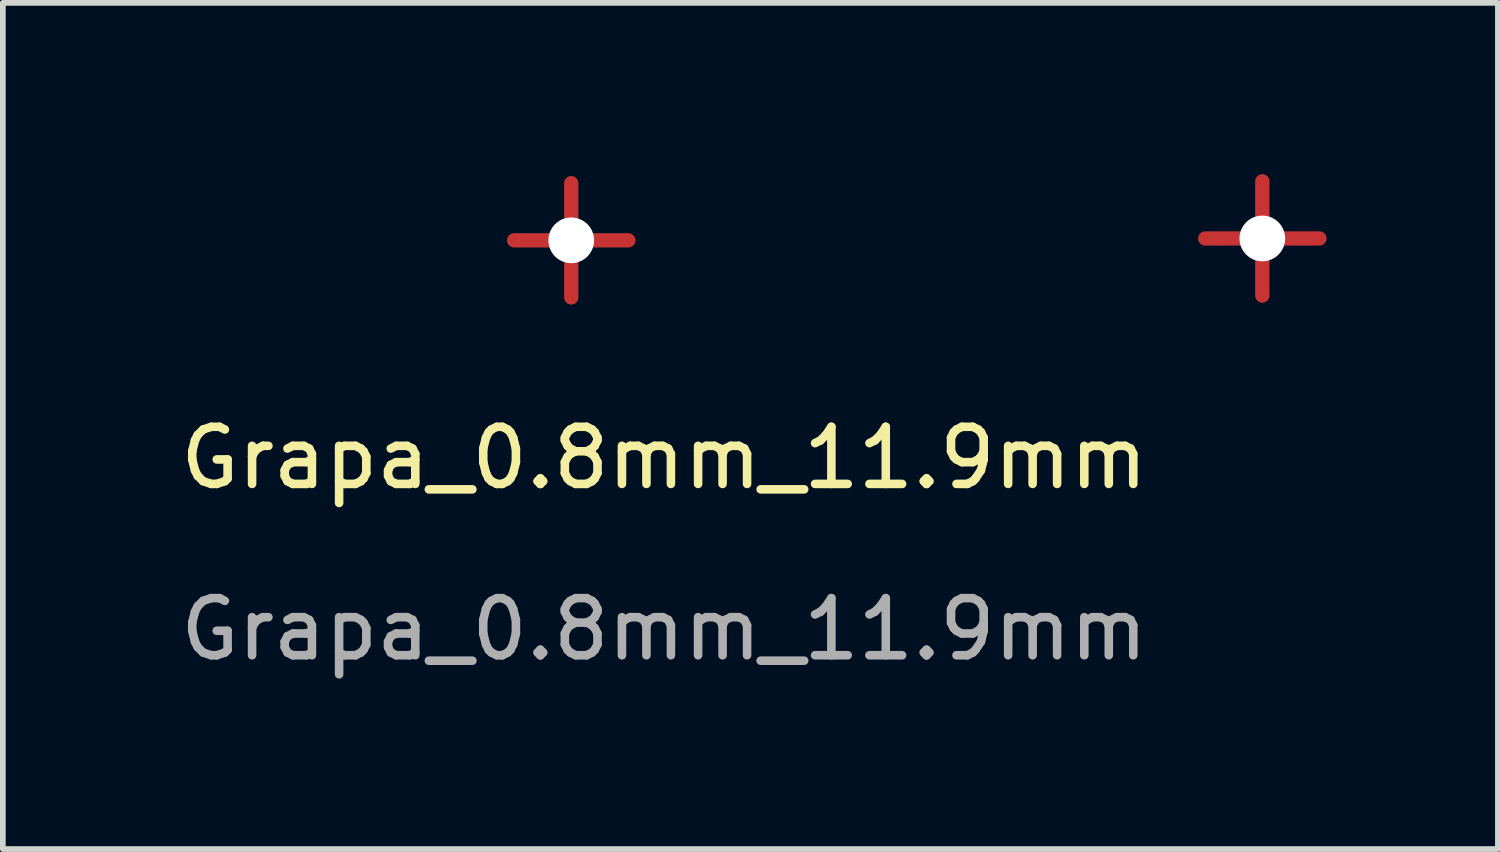
<source format=kicad_pcb>
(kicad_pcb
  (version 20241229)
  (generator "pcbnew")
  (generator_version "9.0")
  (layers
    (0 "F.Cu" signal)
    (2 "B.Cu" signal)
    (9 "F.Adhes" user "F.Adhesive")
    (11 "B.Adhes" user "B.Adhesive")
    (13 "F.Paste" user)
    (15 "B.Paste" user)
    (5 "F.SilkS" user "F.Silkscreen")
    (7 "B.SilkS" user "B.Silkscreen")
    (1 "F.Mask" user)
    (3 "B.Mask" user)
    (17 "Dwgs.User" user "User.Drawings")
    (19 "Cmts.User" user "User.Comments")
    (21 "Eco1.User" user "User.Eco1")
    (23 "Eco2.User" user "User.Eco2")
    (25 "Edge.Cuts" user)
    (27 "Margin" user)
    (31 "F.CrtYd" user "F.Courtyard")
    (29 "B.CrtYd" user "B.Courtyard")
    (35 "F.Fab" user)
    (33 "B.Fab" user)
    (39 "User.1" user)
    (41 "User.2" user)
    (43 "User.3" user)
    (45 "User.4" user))
  (footprint "Grapa_0.8mm_11.9mm"
    (layer "F.Cu")
    (at 6.952 1.158)
    (property "Reference" "Grapa_0.8mm_11.9mm" (at 1.626 3.81 0) (unlocked yes) (layer "F.SilkS") (effects (font (size 1 1) (thickness 0.15))))
    (attr smd)
    (fp_line (start 0 -1) (end 0 1) (stroke (width 0.25) (type solid)) (layer "F.Cu"))
    (fp_line (start 1 0) (end -1 0) (stroke (width 0.25) (type solid)) (layer "F.Cu"))
    (fp_line (start 12.1 -1.033) (end 12.1 0.967) (stroke (width 0.25) (type solid)) (layer "F.Cu"))
    (fp_line (start 13.1 -0.033) (end 11.1 -0.033) (stroke (width 0.25) (type solid)) (layer "F.Cu"))
    (fp_text user "${REFERENCE}" (at 1.626 6.81 0) (unlocked yes) (layer "F.Fab") (effects (font (size 1 1) (thickness 0.15))))
    (pad "" np_thru_hole circle (at 0 0) (size 0.8 0.8) (drill 0.8) (layers "*.Cu" "*.Mask"))
    (pad "" np_thru_hole circle (at 12.1 -0.033) (size 0.8 0.8) (drill 0.8) (layers "*.Cu" "*.Mask")))
  (gr_rect
    (start -3 -3)
    (end 23.177 11.816)
    (stroke (width 0.1) (type default))
    (fill no)
    (layer "Edge.Cuts")))
</source>
